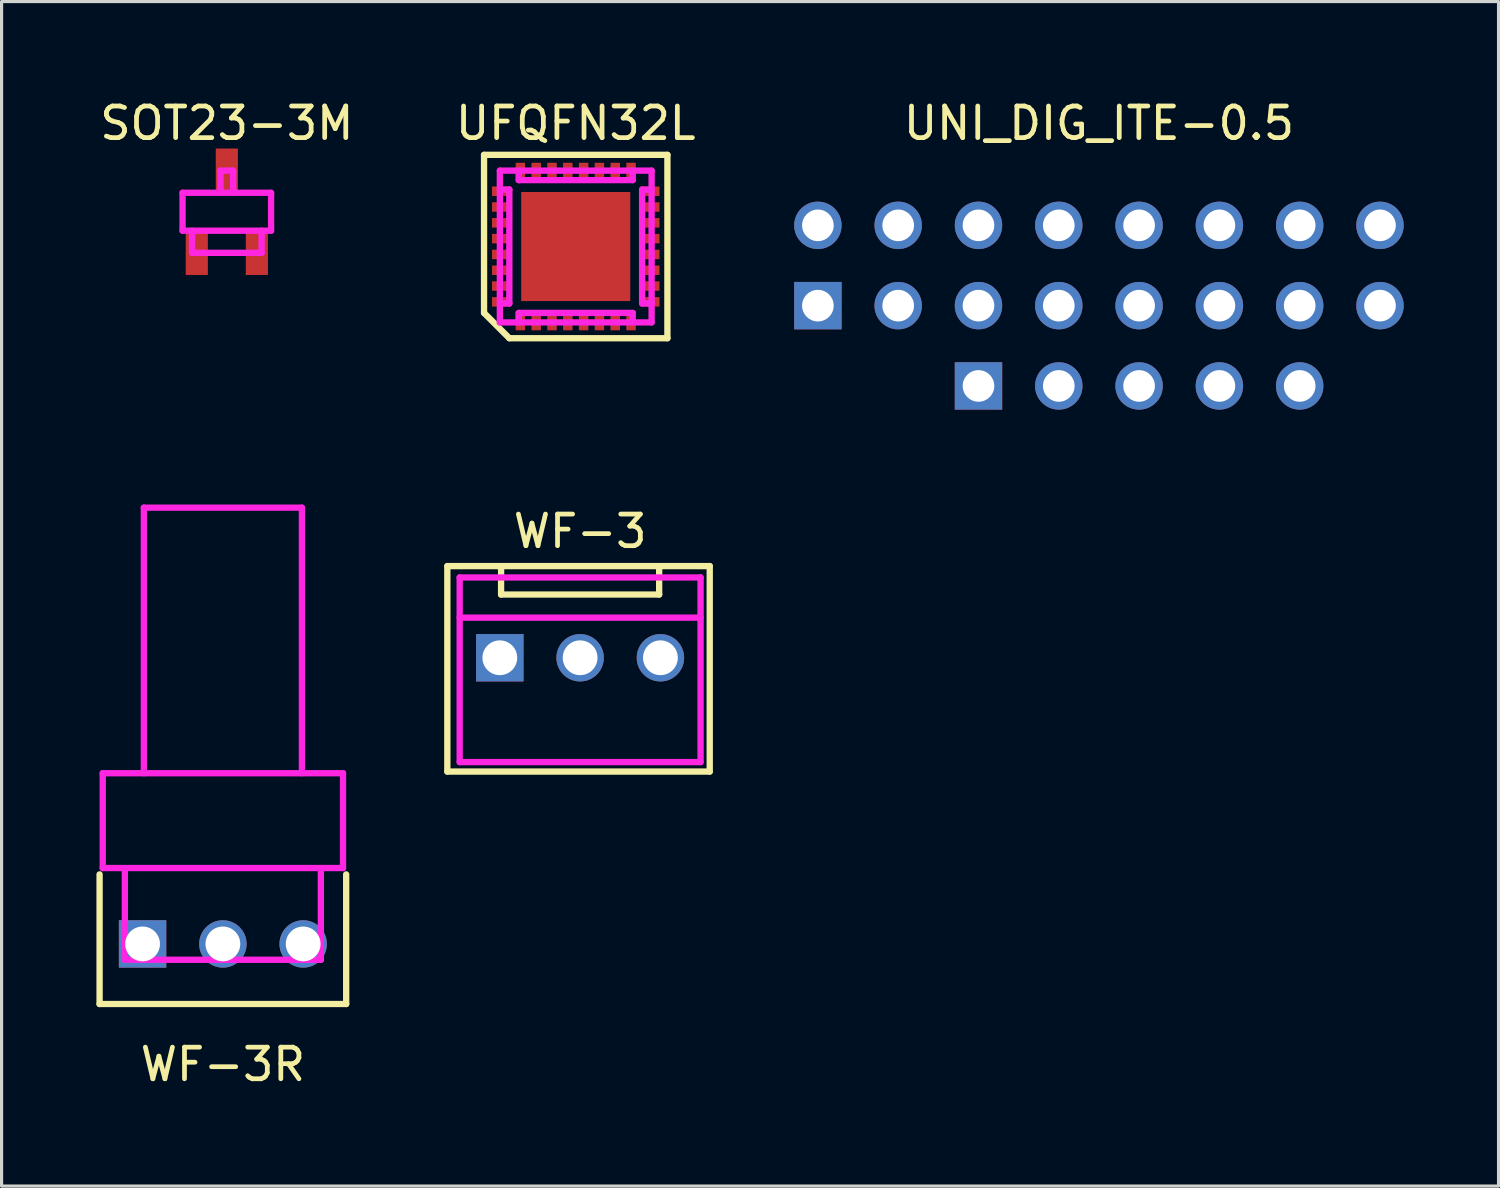
<source format=kicad_pcb>
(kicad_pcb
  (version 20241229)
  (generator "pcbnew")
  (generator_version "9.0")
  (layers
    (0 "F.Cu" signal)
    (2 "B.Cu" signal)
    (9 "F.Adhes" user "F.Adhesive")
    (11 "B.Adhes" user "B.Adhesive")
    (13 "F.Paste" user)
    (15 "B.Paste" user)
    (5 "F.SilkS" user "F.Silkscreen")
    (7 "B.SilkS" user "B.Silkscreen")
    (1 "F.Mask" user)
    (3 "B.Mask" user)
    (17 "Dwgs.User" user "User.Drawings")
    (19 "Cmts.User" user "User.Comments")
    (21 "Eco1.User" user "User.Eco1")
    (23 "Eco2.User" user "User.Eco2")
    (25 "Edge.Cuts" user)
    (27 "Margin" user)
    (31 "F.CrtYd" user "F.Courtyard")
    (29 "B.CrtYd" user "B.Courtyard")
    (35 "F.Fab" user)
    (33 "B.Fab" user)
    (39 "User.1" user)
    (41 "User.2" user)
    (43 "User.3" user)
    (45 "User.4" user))
  (footprint "SOT23-3M"
    (layer "F.Cu")
    (at 4.125 3.648)
    (property "Reference" "SOT23-3M" (at 0 -2.8 0) (layer "F.SilkS") (effects (font (size 1 1) (thickness 0.15))))
    (attr through_hole)
    (fp_line (start -1.4 -0.6) (end -1.4 0.6) (stroke (width 0.2) (type solid)) (layer "F.CrtYd"))
    (fp_line (start -1.4 0.6) (end 1.4 0.6) (stroke (width 0.2) (type solid)) (layer "F.CrtYd"))
    (fp_line (start -1.1 1.3) (end -1.1 0.6) (stroke (width 0.2) (type solid)) (layer "F.CrtYd"))
    (fp_line (start -1.1 1.3) (end 1.1 1.3) (stroke (width 0.2) (type solid)) (layer "F.CrtYd"))
    (fp_line (start -0.2 -1.3) (end -0.2 -0.6) (stroke (width 0.2) (type solid)) (layer "F.CrtYd"))
    (fp_line (start -0.2 -1.3) (end 0.2 -1.3) (stroke (width 0.2) (type solid)) (layer "F.CrtYd"))
    (fp_line (start 0.2 -1.3) (end 0.2 -0.6) (stroke (width 0.2) (type solid)) (layer "F.CrtYd"))
    (fp_line (start 1.1 1.3) (end 1.1 0.6) (stroke (width 0.2) (type solid)) (layer "F.CrtYd"))
    (fp_line (start 1.4 -0.6) (end -1.4 -0.6) (stroke (width 0.2) (type solid)) (layer "F.CrtYd"))
    (fp_line (start 1.4 0.6) (end 1.4 -0.6) (stroke (width 0.2) (type solid)) (layer "F.CrtYd"))
    (pad "1" smd rect (at -0.95 1.3) (size 0.7 1.4) (layers "F.Cu" "F.Mask"))
    (pad "2" smd rect (at 0 -1.3) (size 0.7 1.4) (layers "F.Cu" "F.Mask"))
    (pad "3" smd rect (at 0.95 1.3) (size 0.7 1.4) (layers "F.Cu" "F.Mask")))
  (footprint "UNI_DIG_ITE-0.5"
    (layer "F.Cu")
    (at 31.711 5.348)
    (property "Reference" "UNI_DIG_ITE-0.5" (at 0 -4.5 0) (layer "F.SilkS") (effects (font (size 1 1) (thickness 0.15))))
    (attr through_hole)
    (pad "0" thru_hole circle (at -3.81 -1.27) (size 1.5 1.5) (drill 1) (layers "*.Cu" "*.Mask"))
    (pad "0" thru_hole circle (at 8.89 -1.27) (size 1.5 1.5) (drill 1) (layers "*.Cu" "*.Mask"))
    (pad "0" thru_hole circle (at 8.89 1.27) (size 1.5 1.5) (drill 1) (layers "*.Cu" "*.Mask"))
    (pad "1" thru_hole circle (at -1.27 3.81) (size 1.5 1.5) (drill 1) (layers "*.Cu" "*.Mask"))
    (pad "1" thru_hole circle (at 3.81 -1.27) (size 1.5 1.5) (drill 1) (layers "*.Cu" "*.Mask"))
    (pad "2" thru_hole circle (at -1.27 -1.27) (size 1.5 1.5) (drill 1) (layers "*.Cu" "*.Mask"))
    (pad "2" thru_hole circle (at 1.27 3.81) (size 1.5 1.5) (drill 1) (layers "*.Cu" "*.Mask"))
    (pad "3" thru_hole circle (at 1.27 -1.27) (size 1.5 1.5) (drill 1) (layers "*.Cu" "*.Mask"))
    (pad "3" thru_hole circle (at 3.81 3.81) (size 1.5 1.5) (drill 1) (layers "*.Cu" "*.Mask"))
    (pad "4" thru_hole rect (at -8.89 1.27) (size 1.5 1.5) (drill 1) (layers "*.Cu" "*.Mask"))
    (pad "4" thru_hole circle (at 6.35 3.81) (size 1.5 1.5) (drill 1) (layers "*.Cu" "*.Mask"))
    (pad "5" thru_hole circle (at -8.89 -1.27) (size 1.5 1.5) (drill 1) (layers "*.Cu" "*.Mask"))
    (pad "6" thru_hole circle (at -6.35 -1.27) (size 1.5 1.5) (drill 1) (layers "*.Cu" "*.Mask"))
    (pad "7" thru_hole circle (at -6.35 1.27) (size 1.5 1.5) (drill 1) (layers "*.Cu" "*.Mask"))
    (pad "7" thru_hole circle (at -3.81 1.27) (size 1.5 1.5) (drill 1) (layers "*.Cu" "*.Mask"))
    (pad "7" thru_hole rect (at -3.81 3.81) (size 1.5 1.5) (drill 1) (layers "*.Cu" "*.Mask"))
    (pad "7" thru_hole circle (at -1.27 1.27) (size 1.5 1.5) (drill 1) (layers "*.Cu" "*.Mask"))
    (pad "8" thru_hole circle (at 1.27 1.27) (size 1.5 1.5) (drill 1) (layers "*.Cu" "*.Mask"))
    (pad "8" thru_hole circle (at 3.81 1.27) (size 1.5 1.5) (drill 1) (layers "*.Cu" "*.Mask"))
    (pad "8" thru_hole circle (at 6.35 1.27) (size 1.5 1.5) (drill 1) (layers "*.Cu" "*.Mask"))
    (pad "9" thru_hole circle (at 6.35 -1.27) (size 1.5 1.5) (drill 1) (layers "*.Cu" "*.Mask")))
  (footprint "WF-3R"
    (layer "F.Cu")
    (at 4 26.808)
    (property "Reference" "WF-3R" (at 0 3.81 0) (layer "F.SilkS") (effects (font (size 1 1) (thickness 0.15))))
    (attr through_hole)
    (fp_line (start -3.9 1.9) (end -3.9 -2.2) (stroke (width 0.2) (type solid)) (layer "F.SilkS"))
    (fp_line (start -3.9 1.9) (end 3.9 1.9) (stroke (width 0.2) (type solid)) (layer "F.SilkS"))
    (fp_line (start 3.9 1.9) (end 3.9 -2.2) (stroke (width 0.2) (type solid)) (layer "F.SilkS"))
    (fp_line (start -3.8 -5.4) (end -3.8 -2.4) (stroke (width 0.2) (type solid)) (layer "F.CrtYd"))
    (fp_line (start -3.8 -5.4) (end 3.8 -5.4) (stroke (width 0.2) (type solid)) (layer "F.CrtYd"))
    (fp_line (start -3.8 -2.4) (end 3.8 -2.4) (stroke (width 0.2) (type solid)) (layer "F.CrtYd"))
    (fp_line (start -3.1 0.5) (end -3.1 -2.4) (stroke (width 0.2) (type solid)) (layer "F.CrtYd"))
    (fp_line (start -3.1 0.5) (end 3.1 0.5) (stroke (width 0.2) (type solid)) (layer "F.CrtYd"))
    (fp_line (start -2.5 -13.8) (end -2.5 -5.4) (stroke (width 0.2) (type solid)) (layer "F.CrtYd"))
    (fp_line (start -2.5 -13.8) (end 2.5 -13.8) (stroke (width 0.2) (type solid)) (layer "F.CrtYd"))
    (fp_line (start 2.5 -13.8) (end 2.5 -5.4) (stroke (width 0.2) (type solid)) (layer "F.CrtYd"))
    (fp_line (start 3.1 0.5) (end 3.1 -2.4) (stroke (width 0.2) (type solid)) (layer "F.CrtYd"))
    (fp_line (start 3.8 -5.4) (end 3.8 -2.4) (stroke (width 0.2) (type solid)) (layer "F.CrtYd"))
    (pad "1" thru_hole rect (at -2.54 0) (size 1.5 1.5) (drill 1.1) (layers "*.Cu" "*.Mask"))
    (pad "2" thru_hole circle (at 0 0) (size 1.5 1.5) (drill 1.1) (layers "*.Cu" "*.Mask"))
    (pad "3" thru_hole circle (at 2.54 0) (size 1.5 1.5) (drill 1.1) (layers "*.Cu" "*.Mask")))
  (footprint "UFQFN32L"
    (layer "F.Cu")
    (at 15.161 4.748)
    (property "Reference" "UFQFN32L" (at 0 -3.9 0) (layer "F.SilkS") (effects (font (size 1 1) (thickness 0.15))))
    (attr through_hole)
    (fp_line (start -1.925 2.025) (end -1.925 2.175) (stroke (width 0.05) (type solid)) (layer "F.Mask"))
    (fp_line (start -1.925 2.025) (end -1.575 2.025) (stroke (width 0.05) (type solid)) (layer "F.Mask"))
    (fp_line (start -1.925 2.075) (end -1.575 2.075) (stroke (width 0.05) (type solid)) (layer "F.Mask"))
    (fp_line (start -1.925 2.125) (end -1.575 2.125) (stroke (width 0.05) (type solid)) (layer "F.Mask"))
    (fp_line (start -1.575 2.025) (end -1.575 2.175) (stroke (width 0.05) (type solid)) (layer "F.Mask"))
    (fp_line (start -2.9 -2.9) (end 2.9 -2.9) (stroke (width 0.2) (type solid)) (layer "F.SilkS"))
    (fp_line (start -2.9 2.1) (end -2.9 -2.9) (stroke (width 0.2) (type solid)) (layer "F.SilkS"))
    (fp_line (start -2.1 2.9) (end -2.9 2.1) (stroke (width 0.2) (type solid)) (layer "F.SilkS"))
    (fp_line (start 2.9 -2.9) (end 2.9 2.9) (stroke (width 0.2) (type solid)) (layer "F.SilkS"))
    (fp_line (start 2.9 2.9) (end -2.1 2.9) (stroke (width 0.2) (type solid)) (layer "F.SilkS"))
    (fp_line (start -2.5 -1.75) (end -2.25 -1.75) (stroke (width 0.25) (type solid)) (layer "F.Paste"))
    (fp_line (start -2.5 -1.25) (end -2.25 -1.25) (stroke (width 0.25) (type solid)) (layer "F.Paste"))
    (fp_line (start -2.5 -0.75) (end -2.25 -0.75) (stroke (width 0.25) (type solid)) (layer "F.Paste"))
    (fp_line (start -2.5 -0.25) (end -2.25 -0.25) (stroke (width 0.25) (type solid)) (layer "F.Paste"))
    (fp_line (start -2.5 0.25) (end -2.25 0.25) (stroke (width 0.25) (type solid)) (layer "F.Paste"))
    (fp_line (start -2.5 0.75) (end -2.25 0.75) (stroke (width 0.25) (type solid)) (layer "F.Paste"))
    (fp_line (start -2.5 1.25) (end -2.25 1.25) (stroke (width 0.25) (type solid)) (layer "F.Paste"))
    (fp_line (start -2.5 1.75) (end -2.25 1.75) (stroke (width 0.25) (type solid)) (layer "F.Paste"))
    (fp_line (start -1.75 -2.5) (end -1.75 -2.25) (stroke (width 0.25) (type solid)) (layer "F.Paste"))
    (fp_line (start -1.75 2.25) (end -1.75 2.5) (stroke (width 0.25) (type solid)) (layer "F.Paste"))
    (fp_line (start -1.4 -1.4) (end -1.4 -1.1) (stroke (width 0.2) (type solid)) (layer "F.Paste"))
    (fp_line (start -1.4 -1.1) (end -1.1 -1.4) (stroke (width 0.2) (type solid)) (layer "F.Paste"))
    (fp_line (start -1.4 -1.1) (end -1.1 -1.1) (stroke (width 0.2) (type solid)) (layer "F.Paste"))
    (fp_line (start -1.4 -0.6) (end -1.1 -0.6) (stroke (width 0.2) (type solid)) (layer "F.Paste"))
    (fp_line (start -1.4 -0.3) (end -1.4 -0.6) (stroke (width 0.2) (type solid)) (layer "F.Paste"))
    (fp_line (start -1.4 -0.3) (end -1.1 -0.6) (stroke (width 0.2) (type solid)) (layer "F.Paste"))
    (fp_line (start -1.4 0.3) (end -1.1 0.3) (stroke (width 0.2) (type solid)) (layer "F.Paste"))
    (fp_line (start -1.4 0.6) (end -1.4 0.3) (stroke (width 0.2) (type solid)) (layer "F.Paste"))
    (fp_line (start -1.4 0.6) (end -1.1 0.3) (stroke (width 0.2) (type solid)) (layer "F.Paste"))
    (fp_line (start -1.4 1.1) (end -1.1 1.1) (stroke (width 0.2) (type solid)) (layer "F.Paste"))
    (fp_line (start -1.4 1.4) (end -1.4 1.1) (stroke (width 0.2) (type solid)) (layer "F.Paste"))
    (fp_line (start -1.4 1.4) (end -1.1 1.1) (stroke (width 0.2) (type solid)) (layer "F.Paste"))
    (fp_line (start -1.25 -2.5) (end -1.25 -2.25) (stroke (width 0.25) (type solid)) (layer "F.Paste"))
    (fp_line (start -1.25 2.25) (end -1.25 2.5) (stroke (width 0.25) (type solid)) (layer "F.Paste"))
    (fp_line (start -1.1 -1.4) (end -1.4 -1.4) (stroke (width 0.2) (type solid)) (layer "F.Paste"))
    (fp_line (start -1.1 -1.1) (end -1.1 -1.4) (stroke (width 0.2) (type solid)) (layer "F.Paste"))
    (fp_line (start -1.1 -0.6) (end -1.1 -0.3) (stroke (width 0.2) (type solid)) (layer "F.Paste"))
    (fp_line (start -1.1 -0.3) (end -1.4 -0.3) (stroke (width 0.2) (type solid)) (layer "F.Paste"))
    (fp_line (start -1.1 0.3) (end -1.1 0.6) (stroke (width 0.2) (type solid)) (layer "F.Paste"))
    (fp_line (start -1.1 0.6) (end -1.4 0.6) (stroke (width 0.2) (type solid)) (layer "F.Paste"))
    (fp_line (start -1.1 1.1) (end -1.1 1.4) (stroke (width 0.2) (type solid)) (layer "F.Paste"))
    (fp_line (start -1.1 1.4) (end -1.4 1.4) (stroke (width 0.2) (type solid)) (layer "F.Paste"))
    (fp_line (start -0.75 -2.5) (end -0.75 -2.25) (stroke (width 0.25) (type solid)) (layer "F.Paste"))
    (fp_line (start -0.75 2.25) (end -0.75 2.5) (stroke (width 0.25) (type solid)) (layer "F.Paste"))
    (fp_line (start -0.6 -1.4) (end -0.6 -1.1) (stroke (width 0.2) (type solid)) (layer "F.Paste"))
    (fp_line (start -0.6 -1.1) (end -0.3 -1.4) (stroke (width 0.2) (type solid)) (layer "F.Paste"))
    (fp_line (start -0.6 -1.1) (end -0.3 -1.1) (stroke (width 0.2) (type solid)) (layer "F.Paste"))
    (fp_line (start -0.6 -0.6) (end -0.3 -0.6) (stroke (width 0.2) (type solid)) (layer "F.Paste"))
    (fp_line (start -0.6 -0.3) (end -0.6 -0.6) (stroke (width 0.2) (type solid)) (layer "F.Paste"))
    (fp_line (start -0.6 -0.3) (end -0.3 -0.6) (stroke (width 0.2) (type solid)) (layer "F.Paste"))
    (fp_line (start -0.6 0.3) (end -0.3 0.3) (stroke (width 0.2) (type solid)) (layer "F.Paste"))
    (fp_line (start -0.6 0.6) (end -0.6 0.3) (stroke (width 0.2) (type solid)) (layer "F.Paste"))
    (fp_line (start -0.6 0.6) (end -0.3 0.3) (stroke (width 0.2) (type solid)) (layer "F.Paste"))
    (fp_line (start -0.6 1.1) (end -0.3 1.1) (stroke (width 0.2) (type solid)) (layer "F.Paste"))
    (fp_line (start -0.6 1.4) (end -0.6 1.1) (stroke (width 0.2) (type solid)) (layer "F.Paste"))
    (fp_line (start -0.6 1.4) (end -0.3 1.1) (stroke (width 0.2) (type solid)) (layer "F.Paste"))
    (fp_line (start -0.3 -1.4) (end -0.6 -1.4) (stroke (width 0.2) (type solid)) (layer "F.Paste"))
    (fp_line (start -0.3 -1.1) (end -0.3 -1.4) (stroke (width 0.2) (type solid)) (layer "F.Paste"))
    (fp_line (start -0.3 -0.6) (end -0.3 -0.3) (stroke (width 0.2) (type solid)) (layer "F.Paste"))
    (fp_line (start -0.3 -0.3) (end -0.6 -0.3) (stroke (width 0.2) (type solid)) (layer "F.Paste"))
    (fp_line (start -0.3 0.3) (end -0.3 0.6) (stroke (width 0.2) (type solid)) (layer "F.Paste"))
    (fp_line (start -0.3 0.6) (end -0.6 0.6) (stroke (width 0.2) (type solid)) (layer "F.Paste"))
    (fp_line (start -0.3 1.1) (end -0.3 1.4) (stroke (width 0.2) (type solid)) (layer "F.Paste"))
    (fp_line (start -0.3 1.4) (end -0.6 1.4) (stroke (width 0.2) (type solid)) (layer "F.Paste"))
    (fp_line (start -0.25 -2.5) (end -0.25 -2.25) (stroke (width 0.25) (type solid)) (layer "F.Paste"))
    (fp_line (start -0.25 2.25) (end -0.25 2.5) (stroke (width 0.25) (type solid)) (layer "F.Paste"))
    (fp_line (start 0.25 -2.5) (end 0.25 -2.25) (stroke (width 0.25) (type solid)) (layer "F.Paste"))
    (fp_line (start 0.25 2.25) (end 0.25 2.5) (stroke (width 0.25) (type solid)) (layer "F.Paste"))
    (fp_line (start 0.3 -1.4) (end 0.3 -1.1) (stroke (width 0.2) (type solid)) (layer "F.Paste"))
    (fp_line (start 0.3 -1.1) (end 0.6 -1.4) (stroke (width 0.2) (type solid)) (layer "F.Paste"))
    (fp_line (start 0.3 -1.1) (end 0.6 -1.1) (stroke (width 0.2) (type solid)) (layer "F.Paste"))
    (fp_line (start 0.3 -0.6) (end 0.6 -0.6) (stroke (width 0.2) (type solid)) (layer "F.Paste"))
    (fp_line (start 0.3 -0.3) (end 0.3 -0.6) (stroke (width 0.2) (type solid)) (layer "F.Paste"))
    (fp_line (start 0.3 -0.3) (end 0.6 -0.6) (stroke (width 0.2) (type solid)) (layer "F.Paste"))
    (fp_line (start 0.3 0.3) (end 0.6 0.3) (stroke (width 0.2) (type solid)) (layer "F.Paste"))
    (fp_line (start 0.3 0.6) (end 0.3 0.3) (stroke (width 0.2) (type solid)) (layer "F.Paste"))
    (fp_line (start 0.3 0.6) (end 0.6 0.3) (stroke (width 0.2) (type solid)) (layer "F.Paste"))
    (fp_line (start 0.3 1.1) (end 0.6 1.1) (stroke (width 0.2) (type solid)) (layer "F.Paste"))
    (fp_line (start 0.3 1.4) (end 0.3 1.1) (stroke (width 0.2) (type solid)) (layer "F.Paste"))
    (fp_line (start 0.3 1.4) (end 0.6 1.1) (stroke (width 0.2) (type solid)) (layer "F.Paste"))
    (fp_line (start 0.6 -1.4) (end 0.3 -1.4) (stroke (width 0.2) (type solid)) (layer "F.Paste"))
    (fp_line (start 0.6 -1.1) (end 0.6 -1.4) (stroke (width 0.2) (type solid)) (layer "F.Paste"))
    (fp_line (start 0.6 -0.6) (end 0.6 -0.3) (stroke (width 0.2) (type solid)) (layer "F.Paste"))
    (fp_line (start 0.6 -0.3) (end 0.3 -0.3) (stroke (width 0.2) (type solid)) (layer "F.Paste"))
    (fp_line (start 0.6 0.3) (end 0.6 0.6) (stroke (width 0.2) (type solid)) (layer "F.Paste"))
    (fp_line (start 0.6 0.6) (end 0.3 0.6) (stroke (width 0.2) (type solid)) (layer "F.Paste"))
    (fp_line (start 0.6 1.1) (end 0.6 1.4) (stroke (width 0.2) (type solid)) (layer "F.Paste"))
    (fp_line (start 0.6 1.4) (end 0.3 1.4) (stroke (width 0.2) (type solid)) (layer "F.Paste"))
    (fp_line (start 0.75 -2.5) (end 0.75 -2.25) (stroke (width 0.25) (type solid)) (layer "F.Paste"))
    (fp_line (start 0.75 2.25) (end 0.75 2.5) (stroke (width 0.25) (type solid)) (layer "F.Paste"))
    (fp_line (start 1.1 -1.4) (end 1.1 -1.1) (stroke (width 0.2) (type solid)) (layer "F.Paste"))
    (fp_line (start 1.1 -1.1) (end 1.4 -1.4) (stroke (width 0.2) (type solid)) (layer "F.Paste"))
    (fp_line (start 1.1 -1.1) (end 1.4 -1.1) (stroke (width 0.2) (type solid)) (layer "F.Paste"))
    (fp_line (start 1.1 -0.6) (end 1.4 -0.6) (stroke (width 0.2) (type solid)) (layer "F.Paste"))
    (fp_line (start 1.1 -0.3) (end 1.1 -0.6) (stroke (width 0.2) (type solid)) (layer "F.Paste"))
    (fp_line (start 1.1 -0.3) (end 1.4 -0.6) (stroke (width 0.2) (type solid)) (layer "F.Paste"))
    (fp_line (start 1.1 0.3) (end 1.4 0.3) (stroke (width 0.2) (type solid)) (layer "F.Paste"))
    (fp_line (start 1.1 0.6) (end 1.1 0.3) (stroke (width 0.2) (type solid)) (layer "F.Paste"))
    (fp_line (start 1.1 0.6) (end 1.4 0.3) (stroke (width 0.2) (type solid)) (layer "F.Paste"))
    (fp_line (start 1.1 1.1) (end 1.4 1.1) (stroke (width 0.2) (type solid)) (layer "F.Paste"))
    (fp_line (start 1.1 1.4) (end 1.1 1.1) (stroke (width 0.2) (type solid)) (layer "F.Paste"))
    (fp_line (start 1.1 1.4) (end 1.4 1.1) (stroke (width 0.2) (type solid)) (layer "F.Paste"))
    (fp_line (start 1.25 -2.5) (end 1.25 -2.25) (stroke (width 0.25) (type solid)) (layer "F.Paste"))
    (fp_line (start 1.25 2.25) (end 1.25 2.5) (stroke (width 0.25) (type solid)) (layer "F.Paste"))
    (fp_line (start 1.4 -1.4) (end 1.1 -1.4) (stroke (width 0.2) (type solid)) (layer "F.Paste"))
    (fp_line (start 1.4 -1.1) (end 1.4 -1.4) (stroke (width 0.2) (type solid)) (layer "F.Paste"))
    (fp_line (start 1.4 -0.6) (end 1.4 -0.3) (stroke (width 0.2) (type solid)) (layer "F.Paste"))
    (fp_line (start 1.4 -0.3) (end 1.1 -0.3) (stroke (width 0.2) (type solid)) (layer "F.Paste"))
    (fp_line (start 1.4 0.3) (end 1.4 0.6) (stroke (width 0.2) (type solid)) (layer "F.Paste"))
    (fp_line (start 1.4 0.6) (end 1.1 0.6) (stroke (width 0.2) (type solid)) (layer "F.Paste"))
    (fp_line (start 1.4 1.1) (end 1.4 1.4) (stroke (width 0.2) (type solid)) (layer "F.Paste"))
    (fp_line (start 1.4 1.4) (end 1.1 1.4) (stroke (width 0.2) (type solid)) (layer "F.Paste"))
    (fp_line (start 1.75 -2.5) (end 1.75 -2.25) (stroke (width 0.25) (type solid)) (layer "F.Paste"))
    (fp_line (start 1.75 2.25) (end 1.75 2.5) (stroke (width 0.25) (type solid)) (layer "F.Paste"))
    (fp_line (start 2.25 -1.75) (end 2.5 -1.75) (stroke (width 0.25) (type solid)) (layer "F.Paste"))
    (fp_line (start 2.25 -1.25) (end 2.5 -1.25) (stroke (width 0.25) (type solid)) (layer "F.Paste"))
    (fp_line (start 2.25 -0.75) (end 2.5 -0.75) (stroke (width 0.25) (type solid)) (layer "F.Paste"))
    (fp_line (start 2.25 -0.25) (end 2.5 -0.25) (stroke (width 0.25) (type solid)) (layer "F.Paste"))
    (fp_line (start 2.25 0.25) (end 2.5 0.25) (stroke (width 0.25) (type solid)) (layer "F.Paste"))
    (fp_line (start 2.25 0.75) (end 2.5 0.75) (stroke (width 0.25) (type solid)) (layer "F.Paste"))
    (fp_line (start 2.25 1.25) (end 2.5 1.25) (stroke (width 0.25) (type solid)) (layer "F.Paste"))
    (fp_line (start 2.25 1.75) (end 2.5 1.75) (stroke (width 0.25) (type solid)) (layer "F.Paste"))
    (fp_line (start -2.4 -2.4) (end -2.4 2.4) (stroke (width 0.2) (type solid)) (layer "F.CrtYd"))
    (fp_line (start -2.4 -1.8) (end -2.1 -1.8) (stroke (width 0.2) (type solid)) (layer "F.CrtYd"))
    (fp_line (start -2.4 2.4) (end 2.4 2.4) (stroke (width 0.2) (type solid)) (layer "F.CrtYd"))
    (fp_line (start -2.1 -1.8) (end -2.1 1.8) (stroke (width 0.2) (type solid)) (layer "F.CrtYd"))
    (fp_line (start -2.1 1.8) (end -2.4 1.8) (stroke (width 0.2) (type solid)) (layer "F.CrtYd"))
    (fp_line (start -1.8 -2.1) (end -1.8 -2.4) (stroke (width 0.2) (type solid)) (layer "F.CrtYd"))
    (fp_line (start -1.8 2.1) (end 1.8 2.1) (stroke (width 0.2) (type solid)) (layer "F.CrtYd"))
    (fp_line (start -1.8 2.4) (end -1.8 2.1) (stroke (width 0.2) (type solid)) (layer "F.CrtYd"))
    (fp_line (start -1.8 2.4) (end -1.8 2.2) (stroke (width 0.2) (type solid)) (layer "F.CrtYd"))
    (fp_line (start 1.8 -2.4) (end 1.8 -2.1) (stroke (width 0.2) (type solid)) (layer "F.CrtYd"))
    (fp_line (start 1.8 -2.1) (end -1.8 -2.1) (stroke (width 0.2) (type solid)) (layer "F.CrtYd"))
    (fp_line (start 1.8 2.4) (end 1.8 2.1) (stroke (width 0.2) (type solid)) (layer "F.CrtYd"))
    (fp_line (start 2.1 -1.8) (end 2.4 -1.8) (stroke (width 0.2) (type solid)) (layer "F.CrtYd"))
    (fp_line (start 2.1 1.8) (end 2.1 -1.8) (stroke (width 0.2) (type solid)) (layer "F.CrtYd"))
    (fp_line (start 2.4 -2.4) (end -2.4 -2.4) (stroke (width 0.2) (type solid)) (layer "F.CrtYd"))
    (fp_line (start 2.4 1.8) (end 2.1 1.8) (stroke (width 0.2) (type solid)) (layer "F.CrtYd"))
    (fp_line (start 2.4 2.4) (end 2.4 -2.4) (stroke (width 0.2) (type solid)) (layer "F.CrtYd"))
    (pad "0" smd rect (at -2.35 1.75) (size 0.6 0.3) (layers "F.Cu" "F.Mask"))
    (pad "0" smd rect (at 2.35 -1.75) (size 0.6 0.3) (layers "F.Cu" "F.Mask"))
    (pad "1" smd rect (at -1.85 2.1) (size 0.1 0.1) (layers "F.Cu" "F.Mask"))
    (pad "1" smd trapezoid (at -1.75 2.1) (size 0.2 0.1) (rect_delta 0 0.1) (layers "F.Cu" "F.Mask"))
    (pad "1" smd rect (at -1.75 2.4) (size 0.3 0.5) (layers "F.Cu" "F.Mask"))
    (pad "2" smd rect (at -1.25 2.35) (size 0.3 0.6) (layers "F.Cu" "F.Mask"))
    (pad "3" smd rect (at -0.75 2.35) (size 0.3 0.6) (layers "F.Cu" "F.Mask"))
    (pad "4" smd rect (at -0.25 2.35) (size 0.3 0.6) (layers "F.Cu" "F.Mask"))
    (pad "5" smd rect (at 0.25 2.35) (size 0.3 0.6) (layers "F.Cu" "F.Mask"))
    (pad "6" smd rect (at 0.75 2.35) (size 0.3 0.6) (layers "F.Cu" "F.Mask"))
    (pad "7" smd rect (at 1.25 2.35) (size 0.3 0.6) (layers "F.Cu" "F.Mask"))
    (pad "8" smd rect (at 1.75 2.35) (size 0.3 0.6) (layers "F.Cu" "F.Mask"))
    (pad "9" smd rect (at 2.35 1.75) (size 0.6 0.3) (layers "F.Cu" "F.Mask"))
    (pad "10" smd rect (at 2.35 1.25) (size 0.6 0.3) (layers "F.Cu" "F.Mask"))
    (pad "11" smd rect (at 2.35 0.75) (size 0.6 0.3) (layers "F.Cu" "F.Mask"))
    (pad "12" smd rect (at 2.35 0.25) (size 0.6 0.3) (layers "F.Cu" "F.Mask"))
    (pad "13" smd rect (at 2.35 -0.25) (size 0.6 0.3) (layers "F.Cu" "F.Mask"))
    (pad "14" smd rect (at 2.35 -0.75) (size 0.6 0.3) (layers "F.Cu" "F.Mask"))
    (pad "15" smd rect (at 2.35 -1.25) (size 0.6 0.3) (layers "F.Cu" "F.Mask"))
    (pad "16" smd rect (at 0 0) (size 3.45 3.45) (layers "F.Cu" "F.Mask"))
    (pad "17" smd rect (at 1.75 -2.35) (size 0.3 0.6) (layers "F.Cu" "F.Mask"))
    (pad "18" smd rect (at 1.25 -2.35) (size 0.3 0.6) (layers "F.Cu" "F.Mask"))
    (pad "19" smd rect (at 0.75 -2.35) (size 0.3 0.6) (layers "F.Cu" "F.Mask"))
    (pad "20" smd rect (at 0.25 -2.35) (size 0.3 0.6) (layers "F.Cu" "F.Mask"))
    (pad "21" smd rect (at -0.25 -2.35) (size 0.3 0.6) (layers "F.Cu" "F.Mask"))
    (pad "22" smd rect (at -0.75 -2.35) (size 0.3 0.6) (layers "F.Cu" "F.Mask"))
    (pad "23" smd rect (at -1.25 -2.35) (size 0.3 0.6) (layers "F.Cu" "F.Mask"))
    (pad "24" smd rect (at -1.75 -2.35) (size 0.3 0.6) (layers "F.Cu" "F.Mask"))
    (pad "25" smd rect (at -2.35 -1.75) (size 0.6 0.3) (layers "F.Cu" "F.Mask"))
    (pad "26" smd rect (at -2.35 -1.25) (size 0.6 0.3) (layers "F.Cu" "F.Mask"))
    (pad "27" smd rect (at -2.35 -0.75) (size 0.6 0.3) (layers "F.Cu" "F.Mask"))
    (pad "28" smd rect (at -2.35 -0.25) (size 0.6 0.3) (layers "F.Cu" "F.Mask"))
    (pad "29" smd rect (at -2.35 0.25) (size 0.6 0.3) (layers "F.Cu" "F.Mask"))
    (pad "30" smd rect (at -2.35 0.75) (size 0.6 0.3) (layers "F.Cu" "F.Mask"))
    (pad "31" smd rect (at -2.35 1.25) (size 0.6 0.3) (layers "F.Cu" "F.Mask")))
  (footprint "WF-3"
    (layer "F.Cu")
    (at 15.3 17.756)
    (property "Reference" "WF-3" (at 0 -4 0) (layer "F.SilkS") (effects (font (size 1 1) (thickness 0.15))))
    (attr through_hole)
    (fp_line (start -4.2 -2.9) (end -4.2 3.6) (stroke (width 0.2) (type solid)) (layer "F.SilkS"))
    (fp_line (start -4.2 3.6) (end 4.1 3.6) (stroke (width 0.2) (type solid)) (layer "F.SilkS"))
    (fp_line (start -2.5 -2.9) (end -2.5 -2) (stroke (width 0.2) (type solid)) (layer "F.SilkS"))
    (fp_line (start -2.5 -2) (end 2.5 -2) (stroke (width 0.2) (type solid)) (layer "F.SilkS"))
    (fp_line (start 2.5 -2) (end 2.5 -2.9) (stroke (width 0.2) (type solid)) (layer "F.SilkS"))
    (fp_line (start 4.1 -2.9) (end -4.2 -2.9) (stroke (width 0.2) (type solid)) (layer "F.SilkS"))
    (fp_line (start 4.1 3.6) (end 4.1 -2.9) (stroke (width 0.2) (type solid)) (layer "F.SilkS"))
    (fp_line (start -3.81 -2.54) (end -3.81 3.3) (stroke (width 0.2) (type solid)) (layer "F.CrtYd"))
    (fp_line (start -3.81 -1.27) (end 3.81 -1.27) (stroke (width 0.2) (type solid)) (layer "F.CrtYd"))
    (fp_line (start -3.81 3.3) (end 3.81 3.3) (stroke (width 0.2) (type solid)) (layer "F.CrtYd"))
    (fp_line (start 3.81 -2.54) (end -3.81 -2.54) (stroke (width 0.2) (type solid)) (layer "F.CrtYd"))
    (fp_line (start 3.81 3.3) (end 3.81 -2.54) (stroke (width 0.2) (type solid)) (layer "F.CrtYd"))
    (pad "1" thru_hole rect (at -2.54 0) (size 1.5 1.5) (drill 1.1) (layers "*.Cu" "*.Mask"))
    (pad "2" thru_hole circle (at 0 0) (size 1.5 1.5) (drill 1.1) (layers "*.Cu" "*.Mask"))
    (pad "3" thru_hole circle (at 2.54 0) (size 1.5 1.5) (drill 1.1) (layers "*.Cu" "*.Mask")))
  (gr_rect
    (start -3 -3)
    (end 44.351 34.467)
    (stroke (width 0.1) (type default))
    (fill no)
    (layer "Edge.Cuts")))
</source>
